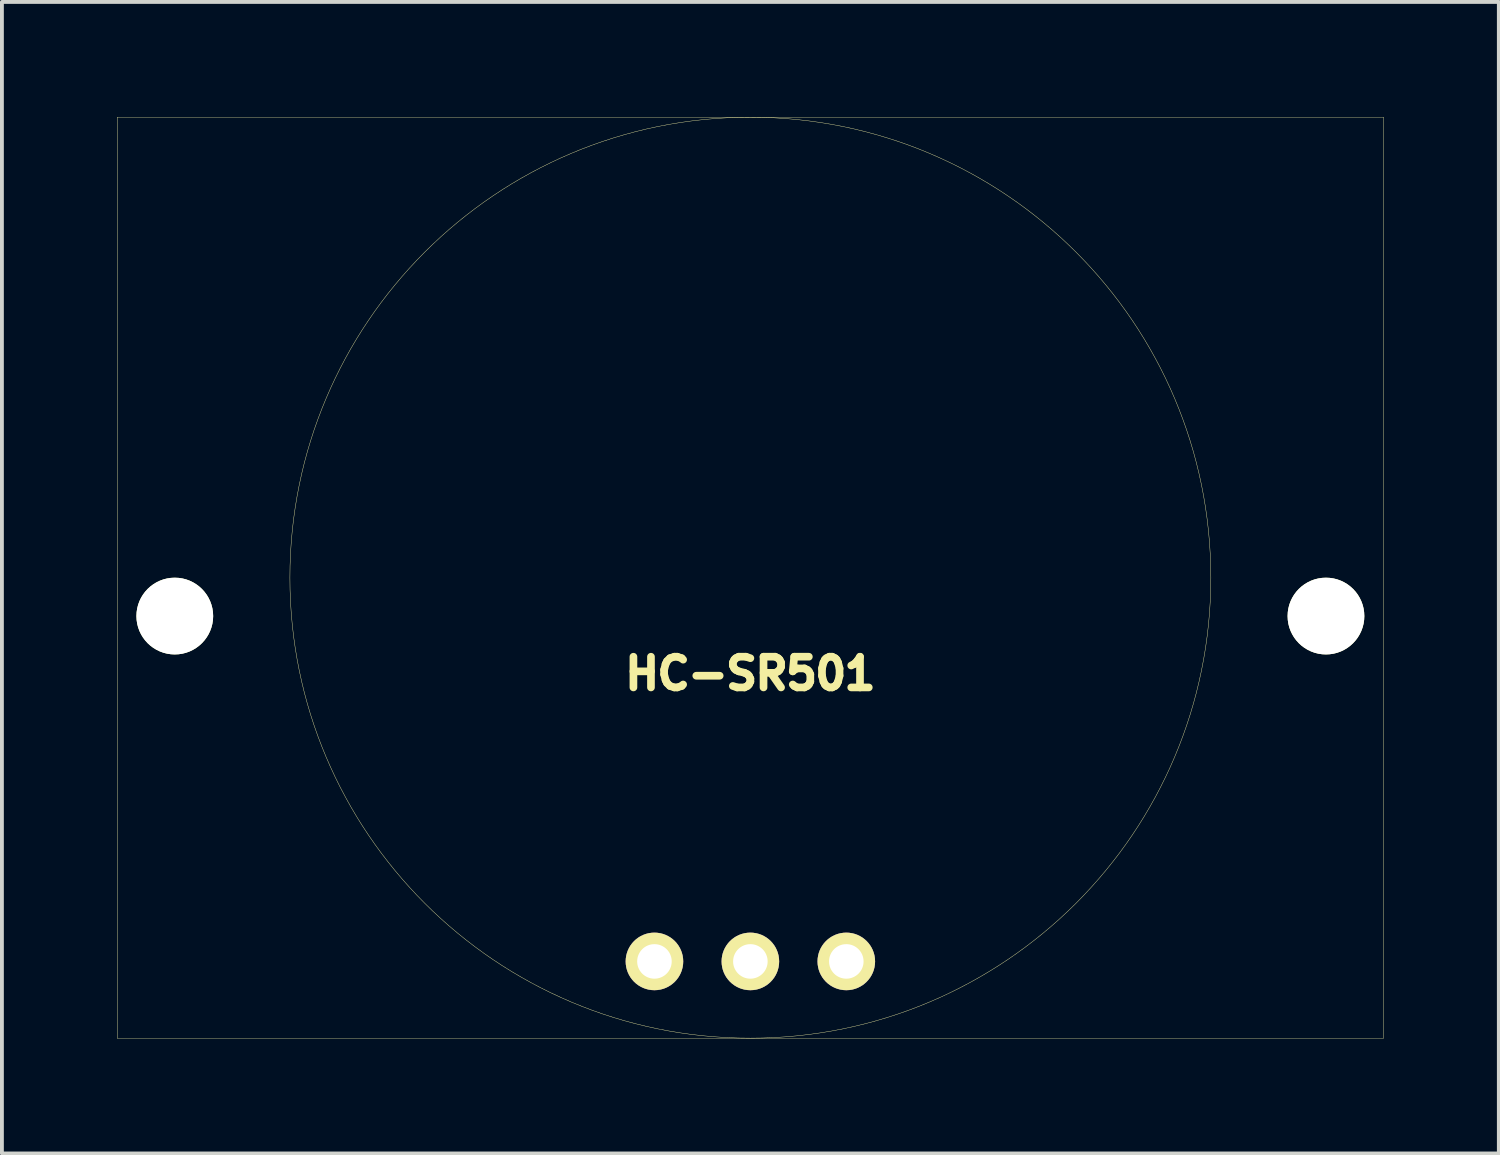
<source format=kicad_pcb>
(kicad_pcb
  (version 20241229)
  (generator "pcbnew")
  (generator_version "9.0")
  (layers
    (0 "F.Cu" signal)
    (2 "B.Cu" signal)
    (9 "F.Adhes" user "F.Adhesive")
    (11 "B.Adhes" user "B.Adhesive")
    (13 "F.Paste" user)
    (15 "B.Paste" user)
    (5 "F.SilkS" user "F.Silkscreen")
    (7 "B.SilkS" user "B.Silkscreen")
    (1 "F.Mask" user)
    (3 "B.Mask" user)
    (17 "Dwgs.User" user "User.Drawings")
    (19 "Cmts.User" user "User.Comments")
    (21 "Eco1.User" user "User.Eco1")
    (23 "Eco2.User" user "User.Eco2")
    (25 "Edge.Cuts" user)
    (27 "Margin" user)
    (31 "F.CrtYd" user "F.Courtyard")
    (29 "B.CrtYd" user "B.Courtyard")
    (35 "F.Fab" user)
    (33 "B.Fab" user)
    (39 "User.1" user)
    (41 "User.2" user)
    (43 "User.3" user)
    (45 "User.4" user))
  (footprint "HC-SR501"
    (layer "F.Cu")
    (at 16.505 12.005)
    (property "Reference" "HC-SR501" (at 0 2.5 0) (layer "F.SilkS") (effects (font (size 0.8 0.8) (thickness 0.2))))
    (attr through_hole)
    (fp_line (start -16.5 -12) (end 16.5 -12) (stroke (width 0.01) (type solid)) (layer "F.SilkS"))
    (fp_line (start -16.5 12) (end -16.5 -12) (stroke (width 0.01) (type solid)) (layer "F.SilkS"))
    (fp_line (start 16.5 -12) (end 16.5 12) (stroke (width 0.01) (type solid)) (layer "F.SilkS"))
    (fp_line (start 16.5 12) (end -16.5 12) (stroke (width 0.01) (type solid)) (layer "F.SilkS"))
    (fp_circle (center 0 0) (end 0 12) (stroke (width 0.01) (type solid)) (fill no) (layer "F.SilkS"))
    (pad "" np_thru_hole circle (at -15 1) (size 2 2) (drill 2) (layers "*.Cu" "*.Mask" "F.SilkS"))
    (pad "" np_thru_hole circle (at 15 1) (size 2 2) (drill 2) (layers "*.Cu" "*.Mask" "F.SilkS"))
    (pad "1" thru_hole circle (at -2.5 10) (size 1.5 1.5) (drill 0.9) (layers "*.Cu" "*.Mask" "F.SilkS"))
    (pad "2" thru_hole circle (at 0 10) (size 1.5 1.5) (drill 0.9) (layers "*.Cu" "*.Mask" "F.SilkS"))
    (pad "3" thru_hole circle (at 2.5 10) (size 1.5 1.5) (drill 0.9) (layers "*.Cu" "*.Mask" "F.SilkS")))
  (gr_rect
    (start -3 -3)
    (end 36.01 27.01)
    (stroke (width 0.1) (type default))
    (fill no)
    (layer "Edge.Cuts")))
</source>
